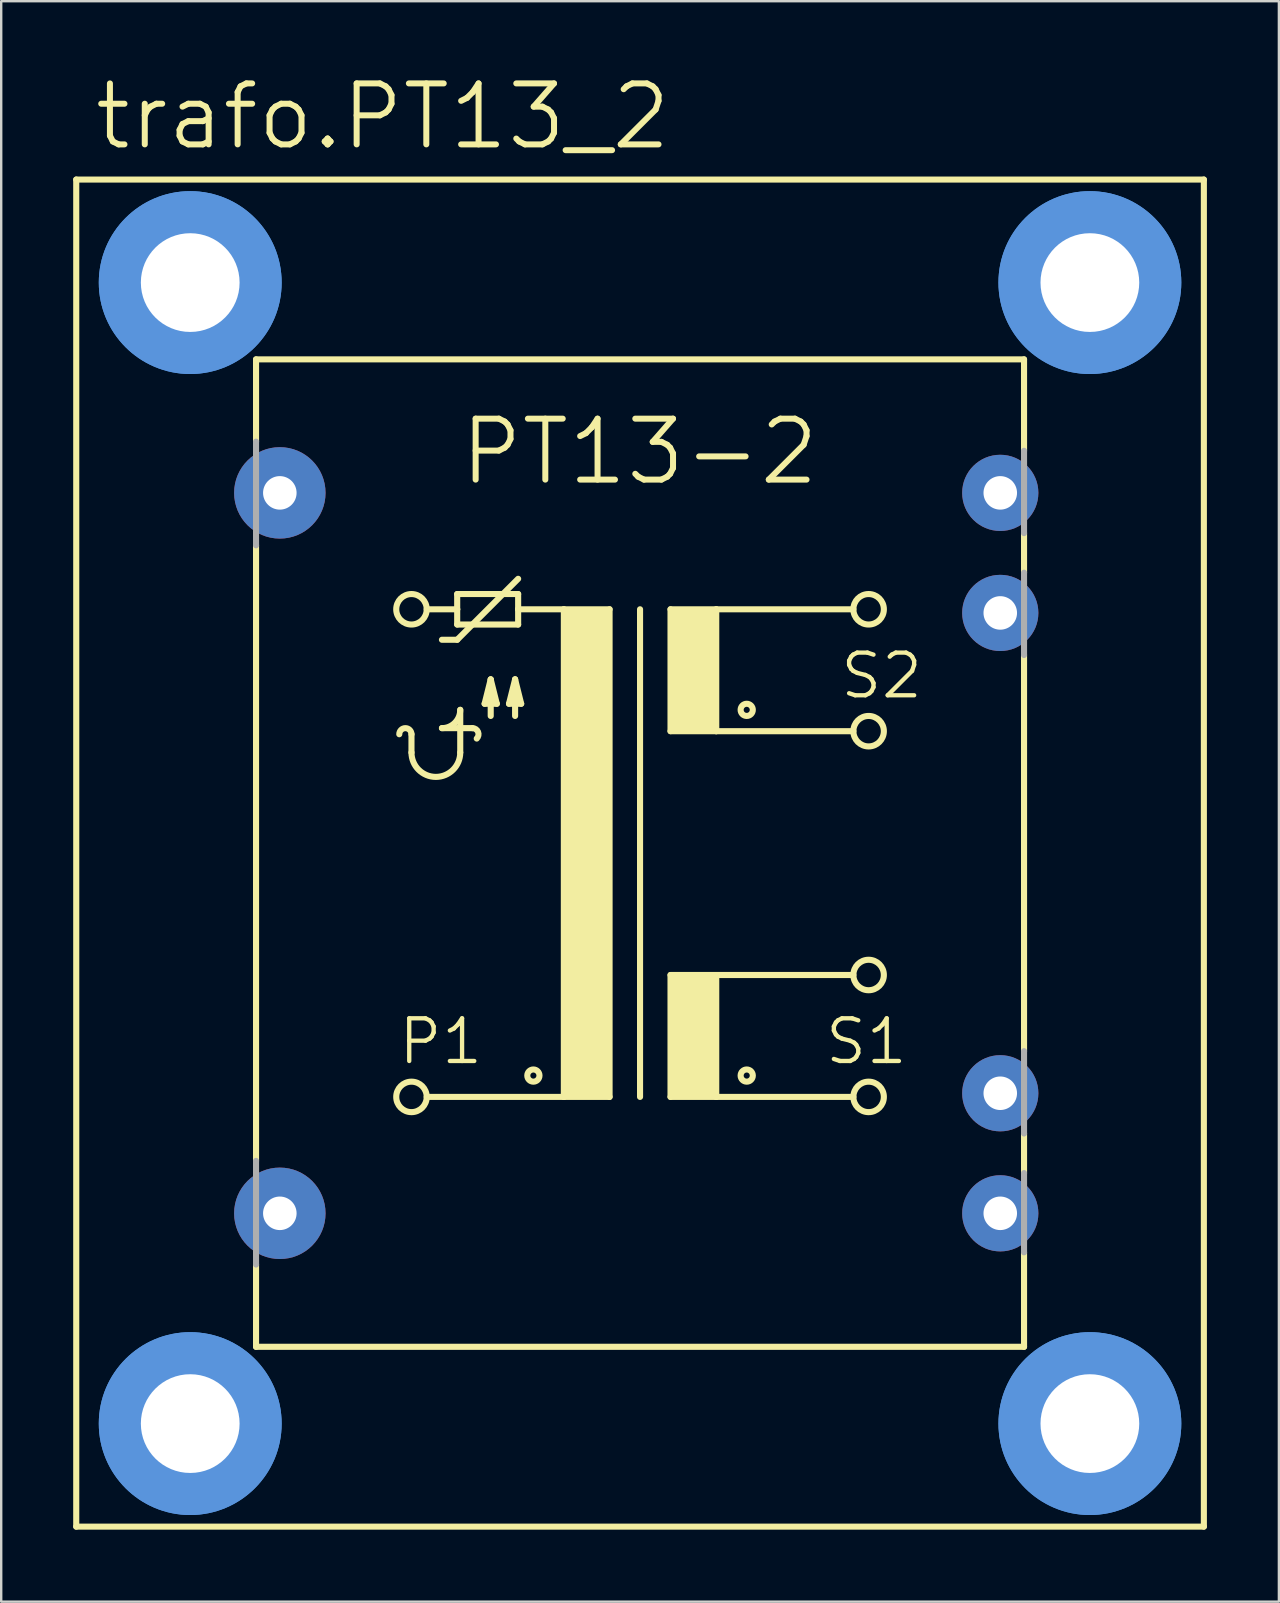
<source format=kicad_pcb>
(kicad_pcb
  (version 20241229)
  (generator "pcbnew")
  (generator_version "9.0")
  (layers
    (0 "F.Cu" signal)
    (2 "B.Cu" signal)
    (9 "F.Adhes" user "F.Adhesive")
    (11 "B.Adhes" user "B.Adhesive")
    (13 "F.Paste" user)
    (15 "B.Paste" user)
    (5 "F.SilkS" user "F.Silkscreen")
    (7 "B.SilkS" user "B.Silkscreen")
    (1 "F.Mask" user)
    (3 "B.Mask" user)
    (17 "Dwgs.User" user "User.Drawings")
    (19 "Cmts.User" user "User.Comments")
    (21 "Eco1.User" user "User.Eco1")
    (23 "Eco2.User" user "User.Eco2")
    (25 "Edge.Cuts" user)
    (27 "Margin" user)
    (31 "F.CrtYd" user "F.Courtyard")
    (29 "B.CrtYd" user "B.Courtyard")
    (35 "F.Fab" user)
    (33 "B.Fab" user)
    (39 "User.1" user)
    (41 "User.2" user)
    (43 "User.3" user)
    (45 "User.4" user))
  (footprint "trafo.PT13_2"
    (layer "F.Cu")
    (at 23.622 32.5)
    (property "Reference" "trafo.PT13_2" (at -22.86 -29.21 0) (layer "F.SilkS") (effects (font (size 2.54 2.54) (thickness 0.25)) (justify left bottom)))
    (attr through_hole)
    (fp_line (start -23.495 28.067) (end -23.495 -28.067) (stroke (width 0.254) (type default)) (layer "F.SilkS"))
    (fp_line (start -23.495 28.067) (end 23.495 28.067) (stroke (width 0.254) (type default)) (layer "F.SilkS"))
    (fp_line (start -16.002 -20.574) (end -16.002 -17.145) (stroke (width 0.254) (type default)) (layer "F.SilkS"))
    (fp_line (start -16.002 -12.827) (end -16.002 12.827) (stroke (width 0.254) (type default)) (layer "F.SilkS"))
    (fp_line (start -16.002 20.574) (end -16.002 17.145) (stroke (width 0.254) (type default)) (layer "F.SilkS"))
    (fp_line (start -16.002 20.574) (end 16.002 20.574) (stroke (width 0.254) (type default)) (layer "F.SilkS"))
    (fp_line (start -9.525 -4.191) (end -9.525 -4.953) (stroke (width 0.254) (type default)) (layer "F.SilkS"))
    (fp_line (start -8.89 -10.16) (end -7.62 -10.16) (stroke (width 0.254) (type default)) (layer "F.SilkS"))
    (fp_line (start -8.255 -8.89) (end -7.62 -8.89) (stroke (width 0.254) (type default)) (layer "F.SilkS"))
    (fp_line (start -8.255 -5.207) (end -6.985 -5.207) (stroke (width 0.254) (type default)) (layer "F.SilkS"))
    (fp_line (start -7.62 -10.795) (end -7.62 -10.16) (stroke (width 0.254) (type default)) (layer "F.SilkS"))
    (fp_line (start -7.62 -10.16) (end -7.62 -9.525) (stroke (width 0.254) (type default)) (layer "F.SilkS"))
    (fp_line (start -7.62 -9.525) (end -5.08 -9.525) (stroke (width 0.254) (type default)) (layer "F.SilkS"))
    (fp_line (start -7.62 -8.89) (end -5.08 -11.43) (stroke (width 0.254) (type default)) (layer "F.SilkS"))
    (fp_line (start -7.493 -4.191) (end -7.493 -5.969) (stroke (width 0.254) (type default)) (layer "F.SilkS"))
    (fp_line (start -6.477 -6.223) (end -5.969 -6.223) (stroke (width 0.254) (type default)) (layer "F.SilkS"))
    (fp_line (start -6.223 -7.239) (end -6.477 -6.223) (stroke (width 0.254) (type default)) (layer "F.SilkS"))
    (fp_line (start -6.223 -5.715) (end -6.223 -7.239) (stroke (width 0.254) (type default)) (layer "F.SilkS"))
    (fp_line (start -5.969 -6.223) (end -6.223 -7.239) (stroke (width 0.254) (type default)) (layer "F.SilkS"))
    (fp_line (start -5.461 -6.223) (end -4.953 -6.223) (stroke (width 0.254) (type default)) (layer "F.SilkS"))
    (fp_line (start -5.207 -7.239) (end -5.461 -6.223) (stroke (width 0.254) (type default)) (layer "F.SilkS"))
    (fp_line (start -5.207 -5.715) (end -5.207 -7.239) (stroke (width 0.254) (type default)) (layer "F.SilkS"))
    (fp_line (start -5.08 -10.795) (end -7.62 -10.795) (stroke (width 0.254) (type default)) (layer "F.SilkS"))
    (fp_line (start -5.08 -10.16) (end -5.08 -10.795) (stroke (width 0.254) (type default)) (layer "F.SilkS"))
    (fp_line (start -5.08 -10.16) (end -3.175 -10.16) (stroke (width 0.254) (type default)) (layer "F.SilkS"))
    (fp_line (start -5.08 -9.525) (end -5.08 -10.16) (stroke (width 0.254) (type default)) (layer "F.SilkS"))
    (fp_line (start -4.953 -6.223) (end -5.207 -7.239) (stroke (width 0.254) (type default)) (layer "F.SilkS"))
    (fp_line (start -3.175 -10.16) (end -3.175 10.16) (stroke (width 0.254) (type default)) (layer "F.SilkS"))
    (fp_line (start -3.175 -10.16) (end -1.27 -10.16) (stroke (width 0.254) (type default)) (layer "F.SilkS"))
    (fp_line (start -3.175 10.16) (end -8.89 10.16) (stroke (width 0.254) (type default)) (layer "F.SilkS"))
    (fp_line (start -1.27 -10.16) (end -1.27 10.16) (stroke (width 0.254) (type default)) (layer "F.SilkS"))
    (fp_line (start -1.27 10.16) (end -3.175 10.16) (stroke (width 0.254) (type default)) (layer "F.SilkS"))
    (fp_line (start 0 -10.16) (end 0 10.16) (stroke (width 0.254) (type default)) (layer "F.SilkS"))
    (fp_line (start 1.27 -10.16) (end 1.27 -5.08) (stroke (width 0.254) (type default)) (layer "F.SilkS"))
    (fp_line (start 1.27 -10.16) (end 3.175 -10.16) (stroke (width 0.254) (type default)) (layer "F.SilkS"))
    (fp_line (start 1.27 -5.08) (end 3.175 -5.08) (stroke (width 0.254) (type default)) (layer "F.SilkS"))
    (fp_line (start 1.27 5.08) (end 1.27 10.16) (stroke (width 0.254) (type default)) (layer "F.SilkS"))
    (fp_line (start 1.27 5.08) (end 3.175 5.08) (stroke (width 0.254) (type default)) (layer "F.SilkS"))
    (fp_line (start 1.27 10.16) (end 3.175 10.16) (stroke (width 0.254) (type default)) (layer "F.SilkS"))
    (fp_line (start 3.175 -10.16) (end 8.89 -10.16) (stroke (width 0.254) (type default)) (layer "F.SilkS"))
    (fp_line (start 3.175 -5.08) (end 3.175 -10.16) (stroke (width 0.254) (type default)) (layer "F.SilkS"))
    (fp_line (start 3.175 -5.08) (end 8.89 -5.08) (stroke (width 0.254) (type default)) (layer "F.SilkS"))
    (fp_line (start 3.175 5.08) (end 8.89 5.08) (stroke (width 0.254) (type default)) (layer "F.SilkS"))
    (fp_line (start 3.175 10.16) (end 3.175 5.08) (stroke (width 0.254) (type default)) (layer "F.SilkS"))
    (fp_line (start 3.175 10.16) (end 8.89 10.16) (stroke (width 0.254) (type default)) (layer "F.SilkS"))
    (fp_line (start 16.002 -20.574) (end -16.002 -20.574) (stroke (width 0.254) (type default)) (layer "F.SilkS"))
    (fp_line (start 16.002 -20.574) (end 16.002 -16.764) (stroke (width 0.254) (type default)) (layer "F.SilkS"))
    (fp_line (start 16.002 -11.684) (end 16.002 -13.335) (stroke (width 0.254) (type default)) (layer "F.SilkS"))
    (fp_line (start 16.002 -8.255) (end 16.002 8.255) (stroke (width 0.254) (type default)) (layer "F.SilkS"))
    (fp_line (start 16.002 13.335) (end 16.002 11.684) (stroke (width 0.254) (type default)) (layer "F.SilkS"))
    (fp_line (start 16.002 20.574) (end 16.002 16.637) (stroke (width 0.254) (type default)) (layer "F.SilkS"))
    (fp_line (start 23.495 -28.067) (end -23.495 -28.067) (stroke (width 0.254) (type default)) (layer "F.SilkS"))
    (fp_line (start 23.495 -28.067) (end 23.495 28.067) (stroke (width 0.254) (type default)) (layer "F.SilkS"))
    (fp_rect (start -3.175 10.16) (end -1.27 -10.16) (stroke (width 0.05) (type default)) (fill yes) (layer "F.SilkS"))
    (fp_rect (start 1.27 -5.08) (end 3.175 -10.16) (stroke (width 0.05) (type default)) (fill yes) (layer "F.SilkS"))
    (fp_rect (start 1.27 10.16) (end 3.175 5.08) (stroke (width 0.05) (type default)) (fill yes) (layer "F.SilkS"))
    (fp_arc (start -10.033 -4.953) (mid -9.779 -5.207) (end -9.525 -4.953) (stroke (width 0.254) (type default)) (layer "F.SilkS"))
    (fp_arc (start -7.493 -5.969) (mid -7.716185 -5.430185) (end -8.255 -5.207) (stroke (width 0.254) (type default)) (layer "F.SilkS"))
    (fp_arc (start -7.493 -4.191) (mid -8.509 -3.175) (end -9.525 -4.191) (stroke (width 0.254) (type default)) (layer "F.SilkS"))
    (fp_arc (start -6.985 -5.207) (mid -6.750338 -5.050203) (end -6.8054 -4.7734) (stroke (width 0.254) (type default)) (layer "F.SilkS"))
    (fp_circle (center -9.525 -10.16) (end -8.89 -10.16) (stroke (width 0.254) (type default)) (fill no) (layer "F.SilkS"))
    (fp_circle (center -9.525 10.16) (end -8.89 10.16) (stroke (width 0.254) (type default)) (fill no) (layer "F.SilkS"))
    (fp_circle (center -4.445 9.271) (end -4.191 9.271) (stroke (width 0.254) (type default)) (fill no) (layer "F.SilkS"))
    (fp_circle (center 4.445 -5.969) (end 4.699 -5.969) (stroke (width 0.254) (type default)) (fill no) (layer "F.SilkS"))
    (fp_circle (center 4.445 9.271) (end 4.699 9.271) (stroke (width 0.254) (type default)) (fill no) (layer "F.SilkS"))
    (fp_circle (center 9.525 -10.16) (end 10.16 -10.16) (stroke (width 0.254) (type default)) (fill no) (layer "F.SilkS"))
    (fp_circle (center 9.525 -5.08) (end 10.16 -5.08) (stroke (width 0.254) (type default)) (fill no) (layer "F.SilkS"))
    (fp_circle (center 9.525 5.08) (end 10.16 5.08) (stroke (width 0.254) (type default)) (fill no) (layer "F.SilkS"))
    (fp_circle (center 9.525 10.16) (end 10.16 10.16) (stroke (width 0.254) (type default)) (fill no) (layer "F.SilkS"))
    (fp_circle (center -18.745 -23.774) (end -15.824 -23.774) (stroke (width 1.778) (type default)) (fill no) (layer "Cmts.User"))
    (fp_circle (center -18.745 -23.774) (end -15.824 -23.774) (stroke (width 1.778) (type default)) (fill no) (layer "Cmts.User"))
    (fp_circle (center -18.745 23.774) (end -15.824 23.774) (stroke (width 1.778) (type default)) (fill no) (layer "Cmts.User"))
    (fp_circle (center -18.745 23.774) (end -15.824 23.774) (stroke (width 1.778) (type default)) (fill no) (layer "Cmts.User"))
    (fp_circle (center 18.745 -23.774) (end 21.666 -23.774) (stroke (width 1.778) (type default)) (fill no) (layer "Cmts.User"))
    (fp_circle (center 18.745 -23.774) (end 21.666 -23.774) (stroke (width 1.778) (type default)) (fill no) (layer "Cmts.User"))
    (fp_circle (center 18.745 23.774) (end 21.666 23.774) (stroke (width 1.778) (type default)) (fill no) (layer "Cmts.User"))
    (fp_circle (center 18.745 23.774) (end 21.666 23.774) (stroke (width 1.778) (type default)) (fill no) (layer "Cmts.User"))
    (fp_line (start -16.002 -12.827) (end -16.002 -17.145) (stroke (width 0.254) (type default)) (layer "F.Fab"))
    (fp_line (start -16.002 17.145) (end -16.002 12.827) (stroke (width 0.254) (type default)) (layer "F.Fab"))
    (fp_line (start 16.002 -13.335) (end 16.002 -16.764) (stroke (width 0.254) (type default)) (layer "F.Fab"))
    (fp_line (start 16.002 -8.255) (end 16.002 -11.684) (stroke (width 0.254) (type default)) (layer "F.Fab"))
    (fp_line (start 16.002 11.684) (end 16.002 8.255) (stroke (width 0.254) (type default)) (layer "F.Fab"))
    (fp_line (start 16.002 16.637) (end 16.002 13.335) (stroke (width 0.254) (type default)) (layer "F.Fab"))
    (fp_text user "PT13-2" (at -7.62 -15.24 0) (layer "F.SilkS") (effects (font (size 2.54 2.54) (thickness 0.25)) (justify left bottom)))
    (fp_text user "P1" (at -10.16 8.89 0) (layer "F.SilkS") (effects (font (size 1.778 1.778) (thickness 0.18)) (justify left bottom)))
    (fp_text user "S1" (at 7.62 8.89 0) (layer "F.SilkS") (effects (font (size 1.778 1.778) (thickness 0.18)) (justify left bottom)))
    (fp_text user "S2" (at 8.255 -6.35 0) (layer "F.SilkS") (effects (font (size 1.778 1.778) (thickness 0.18)) (justify left bottom)))
    (pad "" np_thru_hole circle (at -18.745 -23.774) (size 4.115 4.115) (drill 4.115) (layers "*.Cu" "*.Mask"))
    (pad "" np_thru_hole circle (at -18.745 23.774) (size 4.115 4.115) (drill 4.115) (layers "*.Cu" "*.Mask"))
    (pad "" np_thru_hole circle (at 18.745 -23.774) (size 4.115 4.115) (drill 4.115) (layers "*.Cu" "*.Mask"))
    (pad "" np_thru_hole circle (at 18.745 23.774) (size 4.115 4.115) (drill 4.115) (layers "*.Cu" "*.Mask"))
    (pad "1" thru_hole circle (at -15.011 -15.011) (size 3.81 3.81) (drill 1.397) (layers "*.Cu" "*.Mask"))
    (pad "2" thru_hole circle (at -15.011 15.011) (size 3.81 3.81) (drill 1.397) (layers "*.Cu" "*.Mask"))
    (pad "3" thru_hole circle (at 15.011 15.011) (size 3.175 3.175) (drill 1.397) (layers "*.Cu" "*.Mask"))
    (pad "4" thru_hole circle (at 15.011 10.008) (size 3.175 3.175) (drill 1.397) (layers "*.Cu" "*.Mask"))
    (pad "5" thru_hole circle (at 15.011 -10.008) (size 3.175 3.175) (drill 1.397) (layers "*.Cu" "*.Mask"))
    (pad "6" thru_hole circle (at 15.011 -15.011) (size 3.175 3.175) (drill 1.397) (layers "*.Cu" "*.Mask")))
  (gr_rect
    (start -3 -3)
    (end 50.244 63.694)
    (stroke (width 0.1) (type default))
    (fill no)
    (layer "Edge.Cuts")))
</source>
